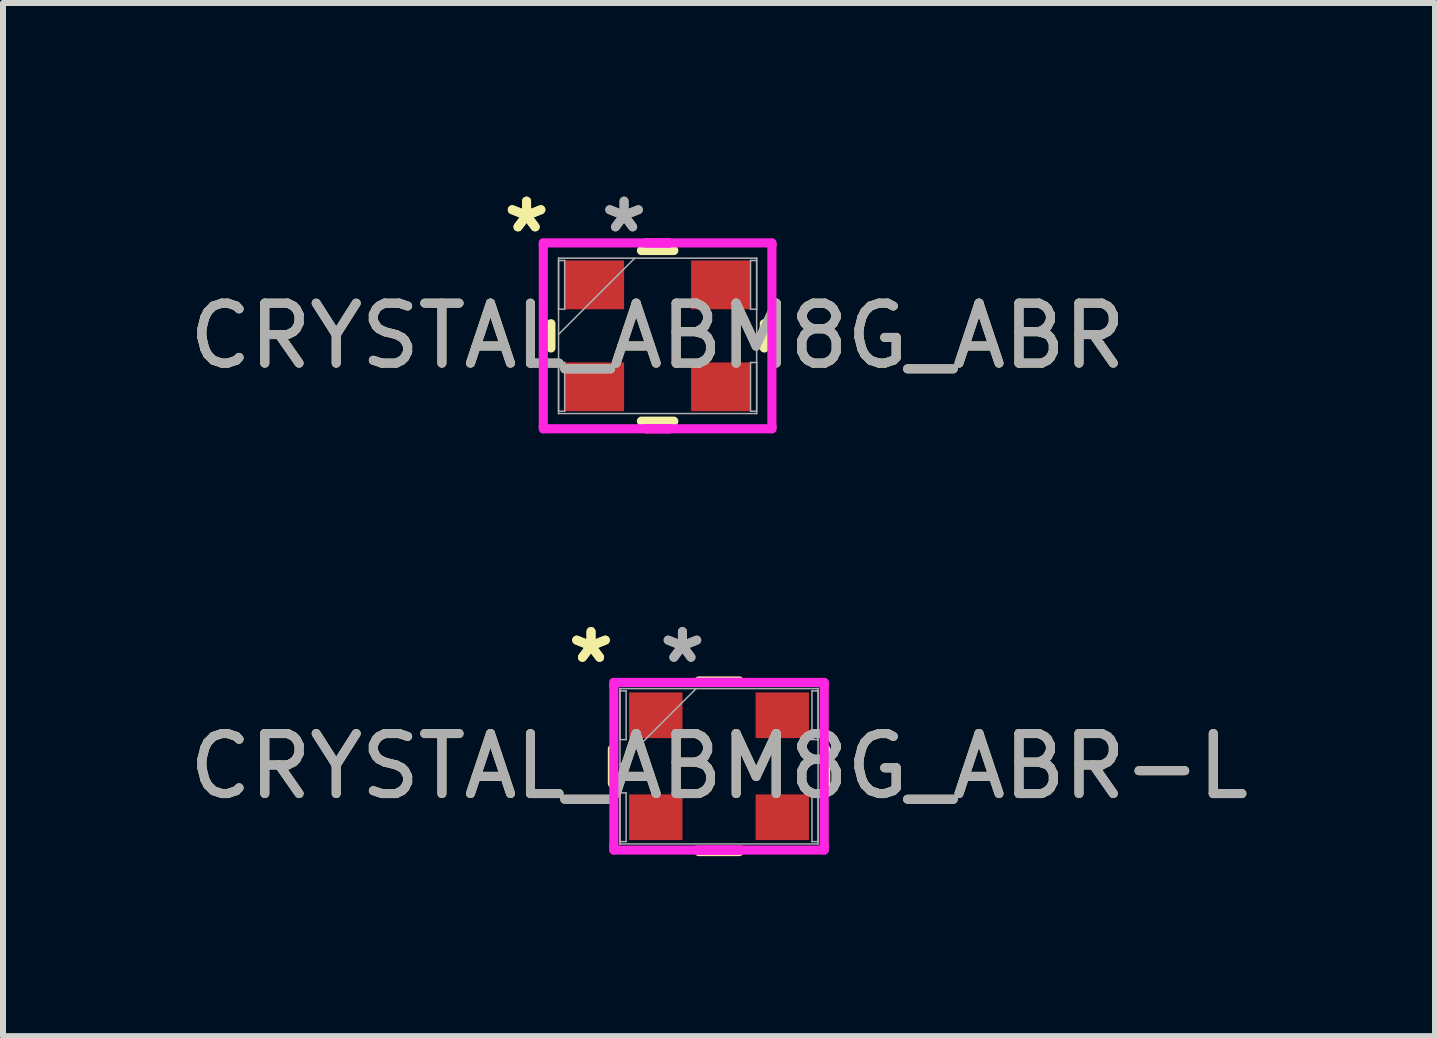
<source format=kicad_pcb>
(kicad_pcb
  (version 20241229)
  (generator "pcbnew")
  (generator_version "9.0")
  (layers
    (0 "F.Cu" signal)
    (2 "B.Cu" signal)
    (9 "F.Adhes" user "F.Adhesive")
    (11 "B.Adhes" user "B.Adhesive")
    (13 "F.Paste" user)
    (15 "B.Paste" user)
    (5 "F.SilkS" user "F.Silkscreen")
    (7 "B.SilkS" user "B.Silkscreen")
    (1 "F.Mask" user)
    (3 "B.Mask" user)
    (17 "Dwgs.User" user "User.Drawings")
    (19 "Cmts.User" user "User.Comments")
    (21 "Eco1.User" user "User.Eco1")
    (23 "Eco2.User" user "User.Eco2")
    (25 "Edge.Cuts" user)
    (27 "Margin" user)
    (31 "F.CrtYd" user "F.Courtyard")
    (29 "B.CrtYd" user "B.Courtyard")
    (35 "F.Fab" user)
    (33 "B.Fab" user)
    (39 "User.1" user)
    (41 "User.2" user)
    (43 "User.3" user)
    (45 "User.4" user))
  (footprint "CRYSTAL_ABM8G_ABR"
    (layer "F.Cu")
    (at 7.911 2.548)
    (property "Reference" "CRYSTAL_ABM8G_ABR" (at 0 0 0) (unlocked yes) (layer "F.SilkS") (effects (font (size 1 1) (thickness 0.15))))
    (attr smd)
    (fp_line (start -1.778 -0.202) (end -1.778 0.202) (stroke (width 0.152) (type solid)) (layer "F.SilkS"))
    (fp_line (start -0.27 1.422) (end 0.27 1.422) (stroke (width 0.152) (type solid)) (layer "F.SilkS"))
    (fp_line (start 0.27 -1.422) (end -0.27 -1.422) (stroke (width 0.152) (type solid)) (layer "F.SilkS"))
    (fp_line (start 1.778 0.202) (end 1.778 -0.202) (stroke (width 0.152) (type solid)) (layer "F.SilkS"))
    (fp_line (start -1.905 -1.549) (end 0.19 -1.549) (stroke (width 0.152) (type solid)) (layer "F.CrtYd"))
    (fp_line (start -1.905 -1.51) (end -1.905 -1.549) (stroke (width 0.152) (type solid)) (layer "F.CrtYd"))
    (fp_line (start -1.905 -1.51) (end -1.905 -1.51) (stroke (width 0.152) (type solid)) (layer "F.CrtYd"))
    (fp_line (start -1.905 1.51) (end -1.905 -1.51) (stroke (width 0.152) (type solid)) (layer "F.CrtYd"))
    (fp_line (start -1.905 1.51) (end -1.905 1.51) (stroke (width 0.152) (type solid)) (layer "F.CrtYd"))
    (fp_line (start -1.905 1.549) (end -1.905 1.51) (stroke (width 0.152) (type solid)) (layer "F.CrtYd"))
    (fp_line (start -0.19 -1.549) (end -0.19 -1.549) (stroke (width 0.152) (type solid)) (layer "F.CrtYd"))
    (fp_line (start -0.19 -1.549) (end 1.905 -1.549) (stroke (width 0.152) (type solid)) (layer "F.CrtYd"))
    (fp_line (start -0.19 1.549) (end -0.19 1.549) (stroke (width 0.152) (type solid)) (layer "F.CrtYd"))
    (fp_line (start -0.19 1.549) (end 0.19 1.549) (stroke (width 0.152) (type solid)) (layer "F.CrtYd"))
    (fp_line (start 0.19 -1.549) (end -0.19 -1.549) (stroke (width 0.152) (type solid)) (layer "F.CrtYd"))
    (fp_line (start 0.19 -1.549) (end 0.19 -1.549) (stroke (width 0.152) (type solid)) (layer "F.CrtYd"))
    (fp_line (start 0.19 1.549) (end -1.905 1.549) (stroke (width 0.152) (type solid)) (layer "F.CrtYd"))
    (fp_line (start 0.19 1.549) (end 0.19 1.549) (stroke (width 0.152) (type solid)) (layer "F.CrtYd"))
    (fp_line (start 1.905 -1.549) (end 1.905 -1.51) (stroke (width 0.152) (type solid)) (layer "F.CrtYd"))
    (fp_line (start 1.905 -1.51) (end 1.905 -1.51) (stroke (width 0.152) (type solid)) (layer "F.CrtYd"))
    (fp_line (start 1.905 -1.51) (end 1.905 1.51) (stroke (width 0.152) (type solid)) (layer "F.CrtYd"))
    (fp_line (start 1.905 1.51) (end 1.905 1.51) (stroke (width 0.152) (type solid)) (layer "F.CrtYd"))
    (fp_line (start 1.905 1.51) (end 1.905 1.549) (stroke (width 0.152) (type solid)) (layer "F.CrtYd"))
    (fp_line (start 1.905 1.549) (end -0.19 1.549) (stroke (width 0.152) (type solid)) (layer "F.CrtYd"))
    (fp_line (start -1.651 -1.295) (end -1.651 -1.295) (stroke (width 0.025) (type solid)) (layer "F.Fab"))
    (fp_line (start -1.651 -1.295) (end -1.651 1.295) (stroke (width 0.025) (type solid)) (layer "F.Fab"))
    (fp_line (start -1.651 -1.256) (end -1.549 -1.256) (stroke (width 0.025) (type solid)) (layer "F.Fab"))
    (fp_line (start -1.651 -0.444) (end -1.651 -1.256) (stroke (width 0.025) (type solid)) (layer "F.Fab"))
    (fp_line (start -1.651 -0.025) (end -0.381 -1.295) (stroke (width 0.025) (type solid)) (layer "F.Fab"))
    (fp_line (start -1.651 0.444) (end -1.549 0.444) (stroke (width 0.025) (type solid)) (layer "F.Fab"))
    (fp_line (start -1.651 1.256) (end -1.651 0.444) (stroke (width 0.025) (type solid)) (layer "F.Fab"))
    (fp_line (start -1.651 1.295) (end -1.651 1.295) (stroke (width 0.025) (type solid)) (layer "F.Fab"))
    (fp_line (start -1.651 1.295) (end 1.651 1.295) (stroke (width 0.025) (type solid)) (layer "F.Fab"))
    (fp_line (start -1.549 -1.256) (end -1.549 -0.444) (stroke (width 0.025) (type solid)) (layer "F.Fab"))
    (fp_line (start -1.549 -0.444) (end -1.651 -0.444) (stroke (width 0.025) (type solid)) (layer "F.Fab"))
    (fp_line (start -1.549 0.444) (end -1.549 1.256) (stroke (width 0.025) (type solid)) (layer "F.Fab"))
    (fp_line (start -1.549 1.256) (end -1.651 1.256) (stroke (width 0.025) (type solid)) (layer "F.Fab"))
    (fp_line (start 1.549 -1.256) (end 1.651 -1.256) (stroke (width 0.025) (type solid)) (layer "F.Fab"))
    (fp_line (start 1.549 -0.444) (end 1.549 -1.256) (stroke (width 0.025) (type solid)) (layer "F.Fab"))
    (fp_line (start 1.549 0.444) (end 1.651 0.444) (stroke (width 0.025) (type solid)) (layer "F.Fab"))
    (fp_line (start 1.549 1.256) (end 1.549 0.444) (stroke (width 0.025) (type solid)) (layer "F.Fab"))
    (fp_line (start 1.651 -1.295) (end -1.651 -1.295) (stroke (width 0.025) (type solid)) (layer "F.Fab"))
    (fp_line (start 1.651 -1.295) (end 1.651 -1.295) (stroke (width 0.025) (type solid)) (layer "F.Fab"))
    (fp_line (start 1.651 -1.256) (end 1.651 -0.444) (stroke (width 0.025) (type solid)) (layer "F.Fab"))
    (fp_line (start 1.651 -0.444) (end 1.549 -0.444) (stroke (width 0.025) (type solid)) (layer "F.Fab"))
    (fp_line (start 1.651 0.444) (end 1.651 1.256) (stroke (width 0.025) (type solid)) (layer "F.Fab"))
    (fp_line (start 1.651 1.256) (end 1.549 1.256) (stroke (width 0.025) (type solid)) (layer "F.Fab"))
    (fp_line (start 1.651 1.295) (end 1.651 -1.295) (stroke (width 0.025) (type solid)) (layer "F.Fab"))
    (fp_line (start 1.651 1.295) (end 1.651 1.295) (stroke (width 0.025) (type solid)) (layer "F.Fab"))
    (fp_text user "*" (at -2.184 -1.7 0) (layer "F.SilkS") (effects (font (size 1 1) (thickness 0.15))))
    (fp_text user "*" (at -2.184 -1.7 0) (unlocked yes) (layer "F.SilkS") (effects (font (size 1 1) (thickness 0.15))))
    (fp_text user "*" (at -0.559 -1.7 0) (layer "F.Fab") (effects (font (size 1 1) (thickness 0.15))))
    (fp_text user "*" (at -0.559 -1.7 0) (unlocked yes) (layer "F.Fab") (effects (font (size 1 1) (thickness 0.15))))
    (fp_text user "${REFERENCE}" (at 0 0 0) (unlocked yes) (layer "F.Fab") (effects (font (size 1 1) (thickness 0.15))))
    (pad "1" smd rect (at -1.054 -0.85 90) (size 0.813 0.991) (layers "F.Cu" "F.Mask" "F.Paste"))
    (pad "2" smd rect (at -1.054 0.85 90) (size 0.813 0.991) (layers "F.Cu" "F.Mask" "F.Paste"))
    (pad "3" smd rect (at 1.054 0.85 90) (size 0.813 0.991) (layers "F.Cu" "F.Mask" "F.Paste"))
    (pad "4" smd rect (at 1.054 -0.85 90) (size 0.813 0.991) (layers "F.Cu" "F.Mask" "F.Paste")))
  (footprint "CRYSTAL_ABM8G_ABR-L"
    (layer "F.Cu")
    (at 8.935 9.722)
    (property "Reference" "CRYSTAL_ABM8G_ABR-L" (at 0 0 0) (unlocked yes) (layer "F.SilkS") (effects (font (size 1 1) (thickness 0.15))))
    (attr smd)
    (fp_line (start -1.778 -0.288) (end -1.778 0.288) (stroke (width 0.152) (type solid)) (layer "F.SilkS"))
    (fp_line (start -0.337 1.422) (end 0.337 1.422) (stroke (width 0.152) (type solid)) (layer "F.SilkS"))
    (fp_line (start 0.337 -1.422) (end -0.337 -1.422) (stroke (width 0.152) (type solid)) (layer "F.SilkS"))
    (fp_line (start 1.778 0.288) (end 1.778 -0.288) (stroke (width 0.152) (type solid)) (layer "F.SilkS"))
    (fp_line (start -1.753 -1.397) (end 0.367 -1.397) (stroke (width 0.152) (type solid)) (layer "F.CrtYd"))
    (fp_line (start -1.753 -1.333) (end -1.753 -1.397) (stroke (width 0.152) (type solid)) (layer "F.CrtYd"))
    (fp_line (start -1.753 -1.333) (end -1.753 -1.333) (stroke (width 0.152) (type solid)) (layer "F.CrtYd"))
    (fp_line (start -1.753 1.333) (end -1.753 -1.333) (stroke (width 0.152) (type solid)) (layer "F.CrtYd"))
    (fp_line (start -1.753 1.333) (end -1.753 1.333) (stroke (width 0.152) (type solid)) (layer "F.CrtYd"))
    (fp_line (start -1.753 1.397) (end -1.753 1.333) (stroke (width 0.152) (type solid)) (layer "F.CrtYd"))
    (fp_line (start -0.367 -1.397) (end -0.367 -1.397) (stroke (width 0.152) (type solid)) (layer "F.CrtYd"))
    (fp_line (start -0.367 -1.397) (end 1.753 -1.397) (stroke (width 0.152) (type solid)) (layer "F.CrtYd"))
    (fp_line (start -0.367 1.397) (end -0.367 1.397) (stroke (width 0.152) (type solid)) (layer "F.CrtYd"))
    (fp_line (start -0.367 1.397) (end 0.367 1.397) (stroke (width 0.152) (type solid)) (layer "F.CrtYd"))
    (fp_line (start 0.367 -1.397) (end -0.367 -1.397) (stroke (width 0.152) (type solid)) (layer "F.CrtYd"))
    (fp_line (start 0.367 -1.397) (end 0.367 -1.397) (stroke (width 0.152) (type solid)) (layer "F.CrtYd"))
    (fp_line (start 0.367 1.397) (end -1.753 1.397) (stroke (width 0.152) (type solid)) (layer "F.CrtYd"))
    (fp_line (start 0.367 1.397) (end 0.367 1.397) (stroke (width 0.152) (type solid)) (layer "F.CrtYd"))
    (fp_line (start 1.753 -1.397) (end 1.753 -1.333) (stroke (width 0.152) (type solid)) (layer "F.CrtYd"))
    (fp_line (start 1.753 -1.333) (end 1.753 -1.333) (stroke (width 0.152) (type solid)) (layer "F.CrtYd"))
    (fp_line (start 1.753 -1.333) (end 1.753 1.333) (stroke (width 0.152) (type solid)) (layer "F.CrtYd"))
    (fp_line (start 1.753 1.333) (end 1.753 1.333) (stroke (width 0.152) (type solid)) (layer "F.CrtYd"))
    (fp_line (start 1.753 1.333) (end 1.753 1.397) (stroke (width 0.152) (type solid)) (layer "F.CrtYd"))
    (fp_line (start 1.753 1.397) (end -0.367 1.397) (stroke (width 0.152) (type solid)) (layer "F.CrtYd"))
    (fp_line (start -1.651 -1.295) (end -1.651 -1.295) (stroke (width 0.025) (type solid)) (layer "F.Fab"))
    (fp_line (start -1.651 -1.295) (end -1.651 1.295) (stroke (width 0.025) (type solid)) (layer "F.Fab"))
    (fp_line (start -1.651 -1.256) (end -1.549 -1.256) (stroke (width 0.025) (type solid)) (layer "F.Fab"))
    (fp_line (start -1.651 -0.444) (end -1.651 -1.256) (stroke (width 0.025) (type solid)) (layer "F.Fab"))
    (fp_line (start -1.651 -0.025) (end -0.381 -1.295) (stroke (width 0.025) (type solid)) (layer "F.Fab"))
    (fp_line (start -1.651 0.444) (end -1.549 0.444) (stroke (width 0.025) (type solid)) (layer "F.Fab"))
    (fp_line (start -1.651 1.256) (end -1.651 0.444) (stroke (width 0.025) (type solid)) (layer "F.Fab"))
    (fp_line (start -1.651 1.295) (end -1.651 1.295) (stroke (width 0.025) (type solid)) (layer "F.Fab"))
    (fp_line (start -1.651 1.295) (end 1.651 1.295) (stroke (width 0.025) (type solid)) (layer "F.Fab"))
    (fp_line (start -1.549 -1.256) (end -1.549 -0.444) (stroke (width 0.025) (type solid)) (layer "F.Fab"))
    (fp_line (start -1.549 -0.444) (end -1.651 -0.444) (stroke (width 0.025) (type solid)) (layer "F.Fab"))
    (fp_line (start -1.549 0.444) (end -1.549 1.256) (stroke (width 0.025) (type solid)) (layer "F.Fab"))
    (fp_line (start -1.549 1.256) (end -1.651 1.256) (stroke (width 0.025) (type solid)) (layer "F.Fab"))
    (fp_line (start 1.549 -1.256) (end 1.651 -1.256) (stroke (width 0.025) (type solid)) (layer "F.Fab"))
    (fp_line (start 1.549 -0.444) (end 1.549 -1.256) (stroke (width 0.025) (type solid)) (layer "F.Fab"))
    (fp_line (start 1.549 0.444) (end 1.651 0.444) (stroke (width 0.025) (type solid)) (layer "F.Fab"))
    (fp_line (start 1.549 1.256) (end 1.549 0.444) (stroke (width 0.025) (type solid)) (layer "F.Fab"))
    (fp_line (start 1.651 -1.295) (end -1.651 -1.295) (stroke (width 0.025) (type solid)) (layer "F.Fab"))
    (fp_line (start 1.651 -1.295) (end 1.651 -1.295) (stroke (width 0.025) (type solid)) (layer "F.Fab"))
    (fp_line (start 1.651 -1.256) (end 1.651 -0.444) (stroke (width 0.025) (type solid)) (layer "F.Fab"))
    (fp_line (start 1.651 -0.444) (end 1.549 -0.444) (stroke (width 0.025) (type solid)) (layer "F.Fab"))
    (fp_line (start 1.651 0.444) (end 1.651 1.256) (stroke (width 0.025) (type solid)) (layer "F.Fab"))
    (fp_line (start 1.651 1.256) (end 1.549 1.256) (stroke (width 0.025) (type solid)) (layer "F.Fab"))
    (fp_line (start 1.651 1.295) (end 1.651 -1.295) (stroke (width 0.025) (type solid)) (layer "F.Fab"))
    (fp_line (start 1.651 1.295) (end 1.651 1.295) (stroke (width 0.025) (type solid)) (layer "F.Fab"))
    (fp_text user "*" (at -2.134 -1.7 0) (unlocked yes) (layer "F.SilkS") (effects (font (size 1 1) (thickness 0.15))))
    (fp_text user "*" (at -2.134 -1.7 0) (layer "F.SilkS") (effects (font (size 1 1) (thickness 0.15))))
    (fp_text user "*" (at -0.61 -1.7 0) (unlocked yes) (layer "F.Fab") (effects (font (size 1 1) (thickness 0.15))))
    (fp_text user "${REFERENCE}" (at 0 0 0) (unlocked yes) (layer "F.Fab") (effects (font (size 1 1) (thickness 0.15))))
    (fp_text user "*" (at -0.61 -1.7 0) (layer "F.Fab") (effects (font (size 1 1) (thickness 0.15))))
    (pad "1" smd rect (at -1.054 -0.85 90) (size 0.762 0.889) (layers "F.Cu" "F.Mask" "F.Paste"))
    (pad "2" smd rect (at -1.054 0.85 90) (size 0.762 0.889) (layers "F.Cu" "F.Mask" "F.Paste"))
    (pad "3" smd rect (at 1.054 0.85 90) (size 0.762 0.889) (layers "F.Cu" "F.Mask" "F.Paste"))
    (pad "4" smd rect (at 1.054 -0.85 90) (size 0.762 0.889) (layers "F.Cu" "F.Mask" "F.Paste")))
  (gr_rect
    (start -3 -3)
    (end 20.869 14.221)
    (stroke (width 0.1) (type default))
    (fill no)
    (layer "Edge.Cuts")))
</source>
